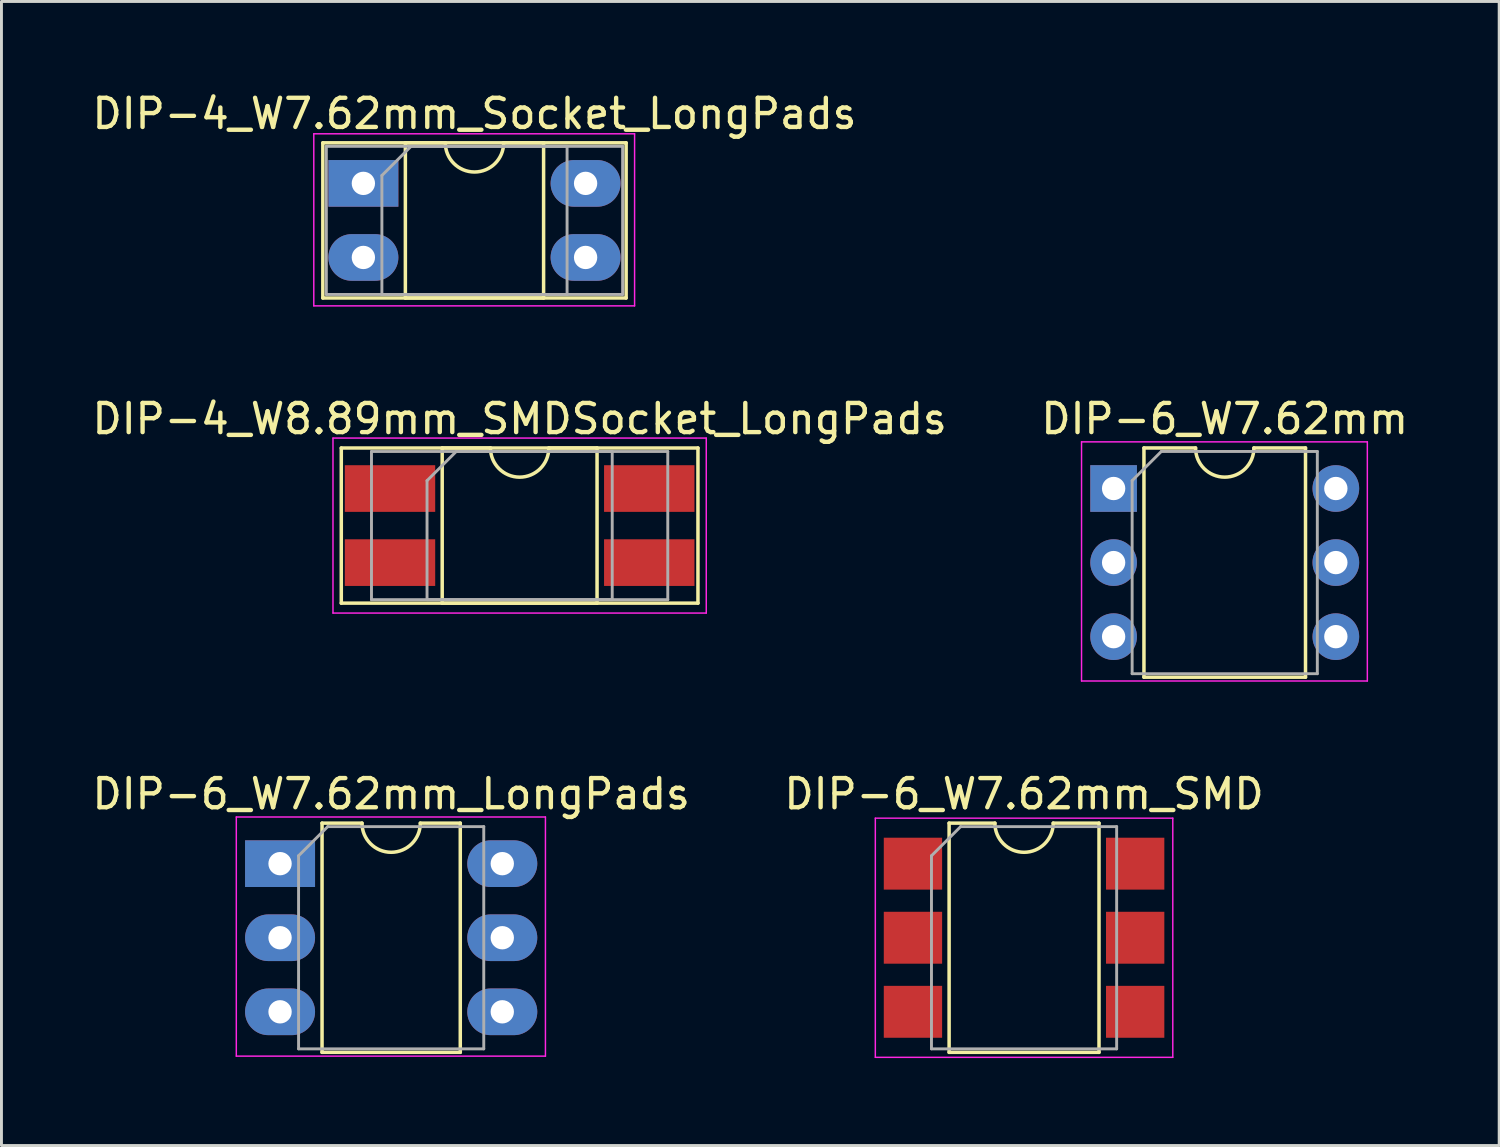
<source format=kicad_pcb>
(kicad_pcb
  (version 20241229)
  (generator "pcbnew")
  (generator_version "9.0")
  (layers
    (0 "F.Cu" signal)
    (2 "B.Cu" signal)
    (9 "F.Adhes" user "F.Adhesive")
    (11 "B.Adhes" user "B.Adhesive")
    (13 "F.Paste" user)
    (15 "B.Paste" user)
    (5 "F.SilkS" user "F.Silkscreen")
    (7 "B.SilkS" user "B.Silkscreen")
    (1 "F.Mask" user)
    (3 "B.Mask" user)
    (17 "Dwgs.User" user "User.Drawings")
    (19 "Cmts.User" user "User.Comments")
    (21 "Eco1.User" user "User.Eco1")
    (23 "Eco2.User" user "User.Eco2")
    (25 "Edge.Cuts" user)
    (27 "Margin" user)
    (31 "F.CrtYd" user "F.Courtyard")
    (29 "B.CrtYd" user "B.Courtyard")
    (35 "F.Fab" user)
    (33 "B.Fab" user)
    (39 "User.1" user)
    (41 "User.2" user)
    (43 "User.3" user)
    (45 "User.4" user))
  (footprint "DIP-4_W8.89mm_SMDSocket_LongPads"
    (layer "F.Cu")
    (at 14.768 14.972)
    (property "Reference" "DIP-4_W8.89mm_SMDSocket_LongPads" (at 0 -3.66 0) (layer "F.SilkS") (effects (font (size 1 1) (thickness 0.15))))
    (attr smd)
    (fp_line (start -6.115 -2.66) (end -6.115 2.66) (stroke (width 0.12) (type solid)) (layer "F.SilkS"))
    (fp_line (start -6.115 2.66) (end 6.115 2.66) (stroke (width 0.12) (type solid)) (layer "F.SilkS"))
    (fp_line (start -2.655 -2.66) (end -2.655 2.66) (stroke (width 0.12) (type solid)) (layer "F.SilkS"))
    (fp_line (start -2.655 2.66) (end 2.655 2.66) (stroke (width 0.12) (type solid)) (layer "F.SilkS"))
    (fp_line (start -1 -2.66) (end -2.655 -2.66) (stroke (width 0.12) (type solid)) (layer "F.SilkS"))
    (fp_line (start 2.655 -2.66) (end 1 -2.66) (stroke (width 0.12) (type solid)) (layer "F.SilkS"))
    (fp_line (start 2.655 2.66) (end 2.655 -2.66) (stroke (width 0.12) (type solid)) (layer "F.SilkS"))
    (fp_line (start 6.115 -2.66) (end -6.115 -2.66) (stroke (width 0.12) (type solid)) (layer "F.SilkS"))
    (fp_line (start 6.115 2.66) (end 6.115 -2.66) (stroke (width 0.12) (type solid)) (layer "F.SilkS"))
    (fp_arc (start 1 -2.66) (mid 0 -1.66) (end -1 -2.66) (stroke (width 0.12) (type solid)) (layer "F.SilkS"))
    (fp_line (start -6.4 -3) (end -6.4 3) (stroke (width 0.05) (type solid)) (layer "F.CrtYd"))
    (fp_line (start -6.4 3) (end 6.4 3) (stroke (width 0.05) (type solid)) (layer "F.CrtYd"))
    (fp_line (start 6.4 -3) (end -6.4 -3) (stroke (width 0.05) (type solid)) (layer "F.CrtYd"))
    (fp_line (start 6.4 3) (end 6.4 -3) (stroke (width 0.05) (type solid)) (layer "F.CrtYd"))
    (fp_line (start -5.08 -2.54) (end -5.08 2.54) (stroke (width 0.1) (type solid)) (layer "F.Fab"))
    (fp_line (start -5.08 2.54) (end 5.08 2.54) (stroke (width 0.1) (type solid)) (layer "F.Fab"))
    (fp_line (start -3.175 -1.54) (end -2.175 -2.54) (stroke (width 0.1) (type solid)) (layer "F.Fab"))
    (fp_line (start -3.175 2.54) (end -3.175 -1.54) (stroke (width 0.1) (type solid)) (layer "F.Fab"))
    (fp_line (start -2.175 -2.54) (end 3.175 -2.54) (stroke (width 0.1) (type solid)) (layer "F.Fab"))
    (fp_line (start 3.175 -2.54) (end 3.175 2.54) (stroke (width 0.1) (type solid)) (layer "F.Fab"))
    (fp_line (start 3.175 2.54) (end -3.175 2.54) (stroke (width 0.1) (type solid)) (layer "F.Fab"))
    (fp_line (start 5.08 -2.54) (end -5.08 -2.54) (stroke (width 0.1) (type solid)) (layer "F.Fab"))
    (fp_line (start 5.08 2.54) (end 5.08 -2.54) (stroke (width 0.1) (type solid)) (layer "F.Fab"))
    (pad "1" smd rect (at -4.445 -1.27) (size 3.1 1.6) (layers "F.Cu" "F.Mask"))
    (pad "2" smd rect (at -4.445 1.27) (size 3.1 1.6) (layers "F.Cu" "F.Mask"))
    (pad "3" smd rect (at 4.445 1.27) (size 3.1 1.6) (layers "F.Cu" "F.Mask"))
    (pad "4" smd rect (at 4.445 -1.27) (size 3.1 1.6) (layers "F.Cu" "F.Mask")))
  (footprint "DIP-6_W7.62mm_LongPads"
    (layer "F.Cu")
    (at 6.553 26.565)
    (property "Reference" "DIP-6_W7.62mm_LongPads" (at 3.81 -2.39 0) (layer "F.SilkS") (effects (font (size 1 1) (thickness 0.15))))
    (attr through_hole)
    (fp_line (start 1.44 -1.39) (end 1.44 6.47) (stroke (width 0.12) (type solid)) (layer "F.SilkS"))
    (fp_line (start 1.44 6.47) (end 6.18 6.47) (stroke (width 0.12) (type solid)) (layer "F.SilkS"))
    (fp_line (start 2.81 -1.39) (end 1.44 -1.39) (stroke (width 0.12) (type solid)) (layer "F.SilkS"))
    (fp_line (start 6.18 -1.39) (end 4.81 -1.39) (stroke (width 0.12) (type solid)) (layer "F.SilkS"))
    (fp_line (start 6.18 6.47) (end 6.18 -1.39) (stroke (width 0.12) (type solid)) (layer "F.SilkS"))
    (fp_arc (start 4.81 -1.39) (mid 3.81 -0.39) (end 2.81 -1.39) (stroke (width 0.12) (type solid)) (layer "F.SilkS"))
    (fp_line (start -1.5 -1.6) (end -1.5 6.6) (stroke (width 0.05) (type solid)) (layer "F.CrtYd"))
    (fp_line (start -1.5 6.6) (end 9.1 6.6) (stroke (width 0.05) (type solid)) (layer "F.CrtYd"))
    (fp_line (start 9.1 -1.6) (end -1.5 -1.6) (stroke (width 0.05) (type solid)) (layer "F.CrtYd"))
    (fp_line (start 9.1 6.6) (end 9.1 -1.6) (stroke (width 0.05) (type solid)) (layer "F.CrtYd"))
    (fp_line (start 0.635 -0.27) (end 1.635 -1.27) (stroke (width 0.1) (type solid)) (layer "F.Fab"))
    (fp_line (start 0.635 6.35) (end 0.635 -0.27) (stroke (width 0.1) (type solid)) (layer "F.Fab"))
    (fp_line (start 1.635 -1.27) (end 6.985 -1.27) (stroke (width 0.1) (type solid)) (layer "F.Fab"))
    (fp_line (start 6.985 -1.27) (end 6.985 6.35) (stroke (width 0.1) (type solid)) (layer "F.Fab"))
    (fp_line (start 6.985 6.35) (end 0.635 6.35) (stroke (width 0.1) (type solid)) (layer "F.Fab"))
    (pad "1" thru_hole rect (at 0 0) (size 2.4 1.6) (drill 0.8) (layers "*.Cu" "*.Mask"))
    (pad "2" thru_hole oval (at 0 2.54) (size 2.4 1.6) (drill 0.8) (layers "*.Cu" "*.Mask"))
    (pad "3" thru_hole oval (at 0 5.08) (size 2.4 1.6) (drill 0.8) (layers "*.Cu" "*.Mask"))
    (pad "4" thru_hole oval (at 7.62 5.08) (size 2.4 1.6) (drill 0.8) (layers "*.Cu" "*.Mask"))
    (pad "5" thru_hole oval (at 7.62 2.54) (size 2.4 1.6) (drill 0.8) (layers "*.Cu" "*.Mask"))
    (pad "6" thru_hole oval (at 7.62 0) (size 2.4 1.6) (drill 0.8) (layers "*.Cu" "*.Mask")))
  (footprint "DIP-6_W7.62mm_SMD"
    (layer "F.Cu")
    (at 32.065 29.105)
    (property "Reference" "DIP-6_W7.62mm_SMD" (at 0 -4.93 0) (layer "F.SilkS") (effects (font (size 1 1) (thickness 0.15))))
    (attr smd)
    (fp_line (start -2.57 -3.93) (end -2.57 3.93) (stroke (width 0.12) (type solid)) (layer "F.SilkS"))
    (fp_line (start -2.57 3.93) (end 2.57 3.93) (stroke (width 0.12) (type solid)) (layer "F.SilkS"))
    (fp_line (start -1 -3.93) (end -2.57 -3.93) (stroke (width 0.12) (type solid)) (layer "F.SilkS"))
    (fp_line (start 2.57 -3.93) (end 1 -3.93) (stroke (width 0.12) (type solid)) (layer "F.SilkS"))
    (fp_line (start 2.57 3.93) (end 2.57 -3.93) (stroke (width 0.12) (type solid)) (layer "F.SilkS"))
    (fp_arc (start 1 -3.93) (mid 0 -2.93) (end -1 -3.93) (stroke (width 0.12) (type solid)) (layer "F.SilkS"))
    (fp_line (start -5.1 -4.1) (end -5.1 4.1) (stroke (width 0.05) (type solid)) (layer "F.CrtYd"))
    (fp_line (start -5.1 4.1) (end 5.1 4.1) (stroke (width 0.05) (type solid)) (layer "F.CrtYd"))
    (fp_line (start 5.1 -4.1) (end -5.1 -4.1) (stroke (width 0.05) (type solid)) (layer "F.CrtYd"))
    (fp_line (start 5.1 4.1) (end 5.1 -4.1) (stroke (width 0.05) (type solid)) (layer "F.CrtYd"))
    (fp_line (start -3.175 -2.81) (end -2.175 -3.81) (stroke (width 0.1) (type solid)) (layer "F.Fab"))
    (fp_line (start -3.175 3.81) (end -3.175 -2.81) (stroke (width 0.1) (type solid)) (layer "F.Fab"))
    (fp_line (start -2.175 -3.81) (end 3.175 -3.81) (stroke (width 0.1) (type solid)) (layer "F.Fab"))
    (fp_line (start 3.175 -3.81) (end 3.175 3.81) (stroke (width 0.1) (type solid)) (layer "F.Fab"))
    (fp_line (start 3.175 3.81) (end -3.175 3.81) (stroke (width 0.1) (type solid)) (layer "F.Fab"))
    (pad "1" smd rect (at -3.81 -2.54) (size 2 1.78) (layers "F.Cu" "F.Mask"))
    (pad "2" smd rect (at -3.81 0) (size 2 1.78) (layers "F.Cu" "F.Mask"))
    (pad "3" smd rect (at -3.81 2.54) (size 2 1.78) (layers "F.Cu" "F.Mask"))
    (pad "4" smd rect (at 3.81 2.54) (size 2 1.78) (layers "F.Cu" "F.Mask"))
    (pad "5" smd rect (at 3.81 0) (size 2 1.78) (layers "F.Cu" "F.Mask"))
    (pad "6" smd rect (at 3.81 -2.54) (size 2 1.78) (layers "F.Cu" "F.Mask")))
  (footprint "DIP-4_W7.62mm_Socket_LongPads"
    (layer "F.Cu")
    (at 9.41 3.238)
    (property "Reference" "DIP-4_W7.62mm_Socket_LongPads" (at 3.81 -2.39 0) (layer "F.SilkS") (effects (font (size 1 1) (thickness 0.15))))
    (attr through_hole)
    (fp_line (start -1.39 -1.39) (end -1.39 3.93) (stroke (width 0.12) (type solid)) (layer "F.SilkS"))
    (fp_line (start -1.39 3.93) (end 9.01 3.93) (stroke (width 0.12) (type solid)) (layer "F.SilkS"))
    (fp_line (start 1.44 -1.39) (end 1.44 3.93) (stroke (width 0.12) (type solid)) (layer "F.SilkS"))
    (fp_line (start 1.44 3.93) (end 6.18 3.93) (stroke (width 0.12) (type solid)) (layer "F.SilkS"))
    (fp_line (start 2.81 -1.39) (end 1.44 -1.39) (stroke (width 0.12) (type solid)) (layer "F.SilkS"))
    (fp_line (start 6.18 -1.39) (end 4.81 -1.39) (stroke (width 0.12) (type solid)) (layer "F.SilkS"))
    (fp_line (start 6.18 3.93) (end 6.18 -1.39) (stroke (width 0.12) (type solid)) (layer "F.SilkS"))
    (fp_line (start 9.01 -1.39) (end -1.39 -1.39) (stroke (width 0.12) (type solid)) (layer "F.SilkS"))
    (fp_line (start 9.01 3.93) (end 9.01 -1.39) (stroke (width 0.12) (type solid)) (layer "F.SilkS"))
    (fp_arc (start 4.81 -1.39) (mid 3.81 -0.39) (end 2.81 -1.39) (stroke (width 0.12) (type solid)) (layer "F.SilkS"))
    (fp_line (start -1.7 -1.7) (end -1.7 4.2) (stroke (width 0.05) (type solid)) (layer "F.CrtYd"))
    (fp_line (start -1.7 4.2) (end 9.3 4.2) (stroke (width 0.05) (type solid)) (layer "F.CrtYd"))
    (fp_line (start 9.3 -1.7) (end -1.7 -1.7) (stroke (width 0.05) (type solid)) (layer "F.CrtYd"))
    (fp_line (start 9.3 4.2) (end 9.3 -1.7) (stroke (width 0.05) (type solid)) (layer "F.CrtYd"))
    (fp_line (start -1.27 -1.27) (end -1.27 3.81) (stroke (width 0.1) (type solid)) (layer "F.Fab"))
    (fp_line (start -1.27 3.81) (end 8.89 3.81) (stroke (width 0.1) (type solid)) (layer "F.Fab"))
    (fp_line (start 0.635 -0.27) (end 1.635 -1.27) (stroke (width 0.1) (type solid)) (layer "F.Fab"))
    (fp_line (start 0.635 3.81) (end 0.635 -0.27) (stroke (width 0.1) (type solid)) (layer "F.Fab"))
    (fp_line (start 1.635 -1.27) (end 6.985 -1.27) (stroke (width 0.1) (type solid)) (layer "F.Fab"))
    (fp_line (start 6.985 -1.27) (end 6.985 3.81) (stroke (width 0.1) (type solid)) (layer "F.Fab"))
    (fp_line (start 6.985 3.81) (end 0.635 3.81) (stroke (width 0.1) (type solid)) (layer "F.Fab"))
    (fp_line (start 8.89 -1.27) (end -1.27 -1.27) (stroke (width 0.1) (type solid)) (layer "F.Fab"))
    (fp_line (start 8.89 3.81) (end 8.89 -1.27) (stroke (width 0.1) (type solid)) (layer "F.Fab"))
    (pad "1" thru_hole rect (at 0 0) (size 2.4 1.6) (drill 0.8) (layers "*.Cu" "*.Mask"))
    (pad "2" thru_hole oval (at 0 2.54) (size 2.4 1.6) (drill 0.8) (layers "*.Cu" "*.Mask"))
    (pad "3" thru_hole oval (at 7.62 2.54) (size 2.4 1.6) (drill 0.8) (layers "*.Cu" "*.Mask"))
    (pad "4" thru_hole oval (at 7.62 0) (size 2.4 1.6) (drill 0.8) (layers "*.Cu" "*.Mask")))
  (footprint "DIP-6_W7.62mm"
    (layer "F.Cu")
    (at 35.136 13.701)
    (property "Reference" "DIP-6_W7.62mm" (at 3.81 -2.39 0) (layer "F.SilkS") (effects (font (size 1 1) (thickness 0.15))))
    (attr through_hole)
    (fp_line (start 1.04 -1.39) (end 1.04 6.47) (stroke (width 0.12) (type solid)) (layer "F.SilkS"))
    (fp_line (start 1.04 6.47) (end 6.58 6.47) (stroke (width 0.12) (type solid)) (layer "F.SilkS"))
    (fp_line (start 2.81 -1.39) (end 1.04 -1.39) (stroke (width 0.12) (type solid)) (layer "F.SilkS"))
    (fp_line (start 6.58 -1.39) (end 4.81 -1.39) (stroke (width 0.12) (type solid)) (layer "F.SilkS"))
    (fp_line (start 6.58 6.47) (end 6.58 -1.39) (stroke (width 0.12) (type solid)) (layer "F.SilkS"))
    (fp_arc (start 4.81 -1.39) (mid 3.81 -0.39) (end 2.81 -1.39) (stroke (width 0.12) (type solid)) (layer "F.SilkS"))
    (fp_line (start -1.1 -1.6) (end -1.1 6.6) (stroke (width 0.05) (type solid)) (layer "F.CrtYd"))
    (fp_line (start -1.1 6.6) (end 8.7 6.6) (stroke (width 0.05) (type solid)) (layer "F.CrtYd"))
    (fp_line (start 8.7 -1.6) (end -1.1 -1.6) (stroke (width 0.05) (type solid)) (layer "F.CrtYd"))
    (fp_line (start 8.7 6.6) (end 8.7 -1.6) (stroke (width 0.05) (type solid)) (layer "F.CrtYd"))
    (fp_line (start 0.635 -0.27) (end 1.635 -1.27) (stroke (width 0.1) (type solid)) (layer "F.Fab"))
    (fp_line (start 0.635 6.35) (end 0.635 -0.27) (stroke (width 0.1) (type solid)) (layer "F.Fab"))
    (fp_line (start 1.635 -1.27) (end 6.985 -1.27) (stroke (width 0.1) (type solid)) (layer "F.Fab"))
    (fp_line (start 6.985 -1.27) (end 6.985 6.35) (stroke (width 0.1) (type solid)) (layer "F.Fab"))
    (fp_line (start 6.985 6.35) (end 0.635 6.35) (stroke (width 0.1) (type solid)) (layer "F.Fab"))
    (pad "1" thru_hole rect (at 0 0) (size 1.6 1.6) (drill 0.8) (layers "*.Cu" "*.Mask"))
    (pad "2" thru_hole oval (at 0 2.54) (size 1.6 1.6) (drill 0.8) (layers "*.Cu" "*.Mask"))
    (pad "3" thru_hole oval (at 0 5.08) (size 1.6 1.6) (drill 0.8) (layers "*.Cu" "*.Mask"))
    (pad "4" thru_hole oval (at 7.62 5.08) (size 1.6 1.6) (drill 0.8) (layers "*.Cu" "*.Mask"))
    (pad "5" thru_hole oval (at 7.62 2.54) (size 1.6 1.6) (drill 0.8) (layers "*.Cu" "*.Mask"))
    (pad "6" thru_hole oval (at 7.62 0) (size 1.6 1.6) (drill 0.8) (layers "*.Cu" "*.Mask")))
  (gr_rect
    (start -3 -3)
    (end 48.357 36.23)
    (stroke (width 0.1) (type default))
    (fill no)
    (layer "Edge.Cuts")))
</source>
